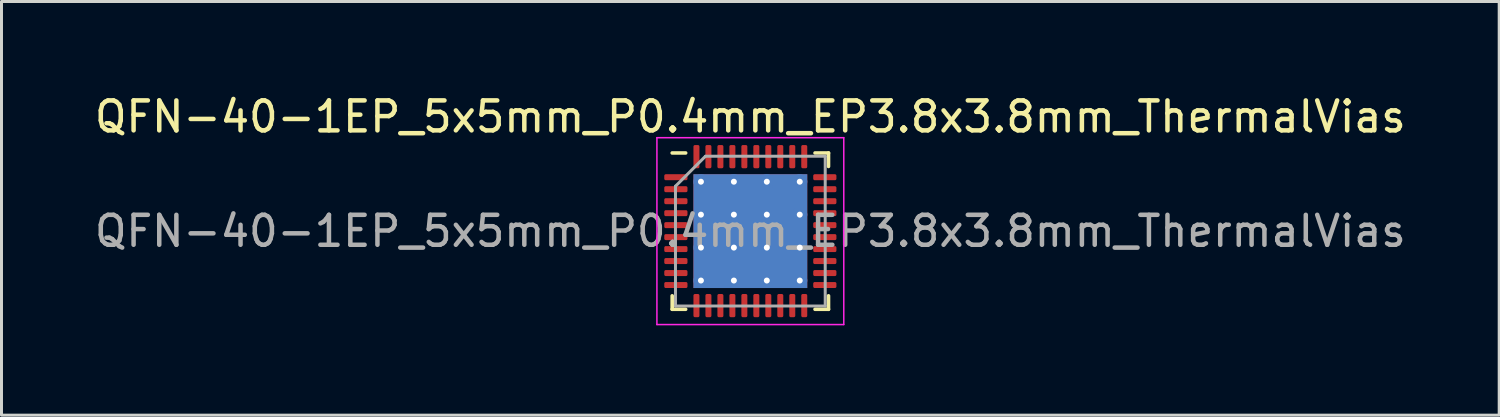
<source format=kicad_pcb>
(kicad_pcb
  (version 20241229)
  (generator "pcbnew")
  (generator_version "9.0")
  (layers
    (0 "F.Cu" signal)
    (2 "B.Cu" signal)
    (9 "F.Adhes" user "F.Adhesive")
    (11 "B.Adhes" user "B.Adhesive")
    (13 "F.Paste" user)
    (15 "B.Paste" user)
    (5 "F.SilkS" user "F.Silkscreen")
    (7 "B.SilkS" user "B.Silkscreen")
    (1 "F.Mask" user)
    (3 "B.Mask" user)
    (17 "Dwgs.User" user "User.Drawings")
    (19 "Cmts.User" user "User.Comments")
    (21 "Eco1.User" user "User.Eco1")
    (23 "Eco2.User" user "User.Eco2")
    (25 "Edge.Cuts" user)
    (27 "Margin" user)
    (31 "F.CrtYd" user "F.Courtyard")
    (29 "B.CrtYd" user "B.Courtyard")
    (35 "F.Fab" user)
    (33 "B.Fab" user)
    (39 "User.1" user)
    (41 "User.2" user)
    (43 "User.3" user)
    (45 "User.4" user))
  (footprint "QFN-40-1EP_5x5mm_P0.4mm_EP3.8x3.8mm_ThermalVias"
    (layer "F.Cu")
    (at 22.006 4.668)
    (property "Reference" "QFN-40-1EP_5x5mm_P0.4mm_EP3.8x3.8mm_ThermalVias" (at 0 -3.82 0) (layer "F.SilkS") (effects (font (size 1 1) (thickness 0.15))))
    (attr smd)
    (fp_line (start -2.61 2.61) (end -2.61 2.16) (stroke (width 0.12) (type solid)) (layer "F.SilkS"))
    (fp_line (start -2.16 -2.61) (end -2.61 -2.61) (stroke (width 0.12) (type solid)) (layer "F.SilkS"))
    (fp_line (start -2.16 2.61) (end -2.61 2.61) (stroke (width 0.12) (type solid)) (layer "F.SilkS"))
    (fp_line (start 2.16 -2.61) (end 2.61 -2.61) (stroke (width 0.12) (type solid)) (layer "F.SilkS"))
    (fp_line (start 2.16 2.61) (end 2.61 2.61) (stroke (width 0.12) (type solid)) (layer "F.SilkS"))
    (fp_line (start 2.61 -2.61) (end 2.61 -2.16) (stroke (width 0.12) (type solid)) (layer "F.SilkS"))
    (fp_line (start 2.61 2.61) (end 2.61 2.16) (stroke (width 0.12) (type solid)) (layer "F.SilkS"))
    (fp_line (start -3.12 -3.12) (end -3.12 3.12) (stroke (width 0.05) (type solid)) (layer "F.CrtYd"))
    (fp_line (start -3.12 3.12) (end 3.12 3.12) (stroke (width 0.05) (type solid)) (layer "F.CrtYd"))
    (fp_line (start 3.12 -3.12) (end -3.12 -3.12) (stroke (width 0.05) (type solid)) (layer "F.CrtYd"))
    (fp_line (start 3.12 3.12) (end 3.12 -3.12) (stroke (width 0.05) (type solid)) (layer "F.CrtYd"))
    (fp_line (start -2.5 -1.5) (end -1.5 -2.5) (stroke (width 0.1) (type solid)) (layer "F.Fab"))
    (fp_line (start -2.5 2.5) (end -2.5 -1.5) (stroke (width 0.1) (type solid)) (layer "F.Fab"))
    (fp_line (start -1.5 -2.5) (end 2.5 -2.5) (stroke (width 0.1) (type solid)) (layer "F.Fab"))
    (fp_line (start 2.5 -2.5) (end 2.5 2.5) (stroke (width 0.1) (type solid)) (layer "F.Fab"))
    (fp_line (start 2.5 2.5) (end -2.5 2.5) (stroke (width 0.1) (type solid)) (layer "F.Fab"))
    (fp_text user "${REFERENCE}" (at 0 0 0) (layer "F.Fab") (effects (font (size 1 1) (thickness 0.15))))
    (pad "" smd custom (at -1.1 -1.1) (size 0.865 0.865) (layers "F.Paste") (options (anchor circle)) (primitives (gr_poly (pts (xy -0.375 -0.279) (xy -0.279 -0.375) (xy 0.279 -0.375) (xy 0.375 -0.279) (xy 0.375 0.279) (xy 0.279 0.375) (xy -0.279 0.375) (xy -0.375 0.279)) (width 0.232) (fill yes))))
    (pad "" smd custom (at -1.1 0) (size 0.865 0.865) (layers "F.Paste") (options (anchor circle)) (primitives (gr_poly (pts (xy -0.375 -0.279) (xy -0.279 -0.375) (xy 0.279 -0.375) (xy 0.375 -0.279) (xy 0.375 0.279) (xy 0.279 0.375) (xy -0.279 0.375) (xy -0.375 0.279)) (width 0.232) (fill yes))))
    (pad "" smd custom (at -1.1 1.1) (size 0.865 0.865) (layers "F.Paste") (options (anchor circle)) (primitives (gr_poly (pts (xy -0.375 -0.279) (xy -0.279 -0.375) (xy 0.279 -0.375) (xy 0.375 -0.279) (xy 0.375 0.279) (xy 0.279 0.375) (xy -0.279 0.375) (xy -0.375 0.279)) (width 0.232) (fill yes))))
    (pad "" smd custom (at 0 -1.1) (size 0.865 0.865) (layers "F.Paste") (options (anchor circle)) (primitives (gr_poly (pts (xy -0.375 -0.279) (xy -0.279 -0.375) (xy 0.279 -0.375) (xy 0.375 -0.279) (xy 0.375 0.279) (xy 0.279 0.375) (xy -0.279 0.375) (xy -0.375 0.279)) (width 0.232) (fill yes))))
    (pad "" smd custom (at 0 0) (size 0.865 0.865) (layers "F.Paste") (options (anchor circle)) (primitives (gr_poly (pts (xy -0.375 -0.279) (xy -0.279 -0.375) (xy 0.279 -0.375) (xy 0.375 -0.279) (xy 0.375 0.279) (xy 0.279 0.375) (xy -0.279 0.375) (xy -0.375 0.279)) (width 0.232) (fill yes))))
    (pad "" smd custom (at 0 1.1) (size 0.865 0.865) (layers "F.Paste") (options (anchor circle)) (primitives (gr_poly (pts (xy -0.375 -0.279) (xy -0.279 -0.375) (xy 0.279 -0.375) (xy 0.375 -0.279) (xy 0.375 0.279) (xy 0.279 0.375) (xy -0.279 0.375) (xy -0.375 0.279)) (width 0.232) (fill yes))))
    (pad "" smd custom (at 1.1 -1.1) (size 0.865 0.865) (layers "F.Paste") (options (anchor circle)) (primitives (gr_poly (pts (xy -0.375 -0.279) (xy -0.279 -0.375) (xy 0.279 -0.375) (xy 0.375 -0.279) (xy 0.375 0.279) (xy 0.279 0.375) (xy -0.279 0.375) (xy -0.375 0.279)) (width 0.232) (fill yes))))
    (pad "" smd custom (at 1.1 0) (size 0.865 0.865) (layers "F.Paste") (options (anchor circle)) (primitives (gr_poly (pts (xy -0.375 -0.279) (xy -0.279 -0.375) (xy 0.279 -0.375) (xy 0.375 -0.279) (xy 0.375 0.279) (xy 0.279 0.375) (xy -0.279 0.375) (xy -0.375 0.279)) (width 0.232) (fill yes))))
    (pad "" smd custom (at 1.1 1.1) (size 0.865 0.865) (layers "F.Paste") (options (anchor circle)) (primitives (gr_poly (pts (xy -0.375 -0.279) (xy -0.279 -0.375) (xy 0.279 -0.375) (xy 0.375 -0.279) (xy 0.375 0.279) (xy 0.279 0.375) (xy -0.279 0.375) (xy -0.375 0.279)) (width 0.232) (fill yes))))
    (pad "1" smd roundrect (at -2.487 -1.8) (size 0.775 0.2) (layers "F.Cu" "F.Mask" "F.Paste") (roundrect_rratio 0.25))
    (pad "2" smd roundrect (at -2.487 -1.4) (size 0.775 0.2) (layers "F.Cu" "F.Mask" "F.Paste") (roundrect_rratio 0.25))
    (pad "3" smd roundrect (at -2.487 -1) (size 0.775 0.2) (layers "F.Cu" "F.Mask" "F.Paste") (roundrect_rratio 0.25))
    (pad "4" smd roundrect (at -2.487 -0.6) (size 0.775 0.2) (layers "F.Cu" "F.Mask" "F.Paste") (roundrect_rratio 0.25))
    (pad "5" smd roundrect (at -2.487 -0.2) (size 0.775 0.2) (layers "F.Cu" "F.Mask" "F.Paste") (roundrect_rratio 0.25))
    (pad "6" smd roundrect (at -2.487 0.2) (size 0.775 0.2) (layers "F.Cu" "F.Mask" "F.Paste") (roundrect_rratio 0.25))
    (pad "7" smd roundrect (at -2.487 0.6) (size 0.775 0.2) (layers "F.Cu" "F.Mask" "F.Paste") (roundrect_rratio 0.25))
    (pad "8" smd roundrect (at -2.487 1) (size 0.775 0.2) (layers "F.Cu" "F.Mask" "F.Paste") (roundrect_rratio 0.25))
    (pad "9" smd roundrect (at -2.487 1.4) (size 0.775 0.2) (layers "F.Cu" "F.Mask" "F.Paste") (roundrect_rratio 0.25))
    (pad "10" smd roundrect (at -2.487 1.8) (size 0.775 0.2) (layers "F.Cu" "F.Mask" "F.Paste") (roundrect_rratio 0.25))
    (pad "11" smd roundrect (at -1.8 2.487) (size 0.2 0.775) (layers "F.Cu" "F.Mask" "F.Paste") (roundrect_rratio 0.25))
    (pad "12" smd roundrect (at -1.4 2.487) (size 0.2 0.775) (layers "F.Cu" "F.Mask" "F.Paste") (roundrect_rratio 0.25))
    (pad "13" smd roundrect (at -1 2.487) (size 0.2 0.775) (layers "F.Cu" "F.Mask" "F.Paste") (roundrect_rratio 0.25))
    (pad "14" smd roundrect (at -0.6 2.487) (size 0.2 0.775) (layers "F.Cu" "F.Mask" "F.Paste") (roundrect_rratio 0.25))
    (pad "15" smd roundrect (at -0.2 2.487) (size 0.2 0.775) (layers "F.Cu" "F.Mask" "F.Paste") (roundrect_rratio 0.25))
    (pad "16" smd roundrect (at 0.2 2.487) (size 0.2 0.775) (layers "F.Cu" "F.Mask" "F.Paste") (roundrect_rratio 0.25))
    (pad "17" smd roundrect (at 0.6 2.487) (size 0.2 0.775) (layers "F.Cu" "F.Mask" "F.Paste") (roundrect_rratio 0.25))
    (pad "18" smd roundrect (at 1 2.487) (size 0.2 0.775) (layers "F.Cu" "F.Mask" "F.Paste") (roundrect_rratio 0.25))
    (pad "19" smd roundrect (at 1.4 2.487) (size 0.2 0.775) (layers "F.Cu" "F.Mask" "F.Paste") (roundrect_rratio 0.25))
    (pad "20" smd roundrect (at 1.8 2.487) (size 0.2 0.775) (layers "F.Cu" "F.Mask" "F.Paste") (roundrect_rratio 0.25))
    (pad "21" smd roundrect (at 2.487 1.8) (size 0.775 0.2) (layers "F.Cu" "F.Mask" "F.Paste") (roundrect_rratio 0.25))
    (pad "22" smd roundrect (at 2.487 1.4) (size 0.775 0.2) (layers "F.Cu" "F.Mask" "F.Paste") (roundrect_rratio 0.25))
    (pad "23" smd roundrect (at 2.487 1) (size 0.775 0.2) (layers "F.Cu" "F.Mask" "F.Paste") (roundrect_rratio 0.25))
    (pad "24" smd roundrect (at 2.487 0.6) (size 0.775 0.2) (layers "F.Cu" "F.Mask" "F.Paste") (roundrect_rratio 0.25))
    (pad "25" smd roundrect (at 2.487 0.2) (size 0.775 0.2) (layers "F.Cu" "F.Mask" "F.Paste") (roundrect_rratio 0.25))
    (pad "26" smd roundrect (at 2.487 -0.2) (size 0.775 0.2) (layers "F.Cu" "F.Mask" "F.Paste") (roundrect_rratio 0.25))
    (pad "27" smd roundrect (at 2.487 -0.6) (size 0.775 0.2) (layers "F.Cu" "F.Mask" "F.Paste") (roundrect_rratio 0.25))
    (pad "28" smd roundrect (at 2.487 -1) (size 0.775 0.2) (layers "F.Cu" "F.Mask" "F.Paste") (roundrect_rratio 0.25))
    (pad "29" smd roundrect (at 2.487 -1.4) (size 0.775 0.2) (layers "F.Cu" "F.Mask" "F.Paste") (roundrect_rratio 0.25))
    (pad "30" smd roundrect (at 2.487 -1.8) (size 0.775 0.2) (layers "F.Cu" "F.Mask" "F.Paste") (roundrect_rratio 0.25))
    (pad "31" smd roundrect (at 1.8 -2.487) (size 0.2 0.775) (layers "F.Cu" "F.Mask" "F.Paste") (roundrect_rratio 0.25))
    (pad "32" smd roundrect (at 1.4 -2.487) (size 0.2 0.775) (layers "F.Cu" "F.Mask" "F.Paste") (roundrect_rratio 0.25))
    (pad "33" smd roundrect (at 1 -2.487) (size 0.2 0.775) (layers "F.Cu" "F.Mask" "F.Paste") (roundrect_rratio 0.25))
    (pad "34" smd roundrect (at 0.6 -2.487) (size 0.2 0.775) (layers "F.Cu" "F.Mask" "F.Paste") (roundrect_rratio 0.25))
    (pad "35" smd roundrect (at 0.2 -2.487) (size 0.2 0.775) (layers "F.Cu" "F.Mask" "F.Paste") (roundrect_rratio 0.25))
    (pad "36" smd roundrect (at -0.2 -2.487) (size 0.2 0.775) (layers "F.Cu" "F.Mask" "F.Paste") (roundrect_rratio 0.25))
    (pad "37" smd roundrect (at -0.6 -2.487) (size 0.2 0.775) (layers "F.Cu" "F.Mask" "F.Paste") (roundrect_rratio 0.25))
    (pad "38" smd roundrect (at -1 -2.487) (size 0.2 0.775) (layers "F.Cu" "F.Mask" "F.Paste") (roundrect_rratio 0.25))
    (pad "39" smd roundrect (at -1.4 -2.487) (size 0.2 0.775) (layers "F.Cu" "F.Mask" "F.Paste") (roundrect_rratio 0.25))
    (pad "40" smd roundrect (at -1.8 -2.487) (size 0.2 0.775) (layers "F.Cu" "F.Mask" "F.Paste") (roundrect_rratio 0.25))
    (pad "41" thru_hole circle (at -1.65 -1.65) (size 0.5 0.5) (drill 0.2) (layers "*.Cu"))
    (pad "41" thru_hole circle (at -1.65 -0.55) (size 0.5 0.5) (drill 0.2) (layers "*.Cu"))
    (pad "41" thru_hole circle (at -1.65 0.55) (size 0.5 0.5) (drill 0.2) (layers "*.Cu"))
    (pad "41" thru_hole circle (at -1.65 1.65) (size 0.5 0.5) (drill 0.2) (layers "*.Cu"))
    (pad "41" thru_hole circle (at -0.55 -1.65) (size 0.5 0.5) (drill 0.2) (layers "*.Cu"))
    (pad "41" thru_hole circle (at -0.55 -0.55) (size 0.5 0.5) (drill 0.2) (layers "*.Cu"))
    (pad "41" thru_hole circle (at -0.55 0.55) (size 0.5 0.5) (drill 0.2) (layers "*.Cu"))
    (pad "41" thru_hole circle (at -0.55 1.65) (size 0.5 0.5) (drill 0.2) (layers "*.Cu"))
    (pad "41" smd rect (at 0 0) (size 3.8 3.8) (layers "F.Cu" "F.Mask"))
    (pad "41" smd rect (at 0 0) (size 3.8 3.8) (layers "B.Cu"))
    (pad "41" thru_hole circle (at 0.55 -1.65) (size 0.5 0.5) (drill 0.2) (layers "*.Cu"))
    (pad "41" thru_hole circle (at 0.55 -0.55) (size 0.5 0.5) (drill 0.2) (layers "*.Cu"))
    (pad "41" thru_hole circle (at 0.55 0.55) (size 0.5 0.5) (drill 0.2) (layers "*.Cu"))
    (pad "41" thru_hole circle (at 0.55 1.65) (size 0.5 0.5) (drill 0.2) (layers "*.Cu"))
    (pad "41" thru_hole circle (at 1.65 -1.65) (size 0.5 0.5) (drill 0.2) (layers "*.Cu"))
    (pad "41" thru_hole circle (at 1.65 -0.55) (size 0.5 0.5) (drill 0.2) (layers "*.Cu"))
    (pad "41" thru_hole circle (at 1.65 0.55) (size 0.5 0.5) (drill 0.2) (layers "*.Cu"))
    (pad "41" thru_hole circle (at 1.65 1.65) (size 0.5 0.5) (drill 0.2) (layers "*.Cu")))
  (gr_rect
    (start -3 -3)
    (end 47.012 10.813)
    (stroke (width 0.1) (type default))
    (fill no)
    (layer "Edge.Cuts")))
</source>
